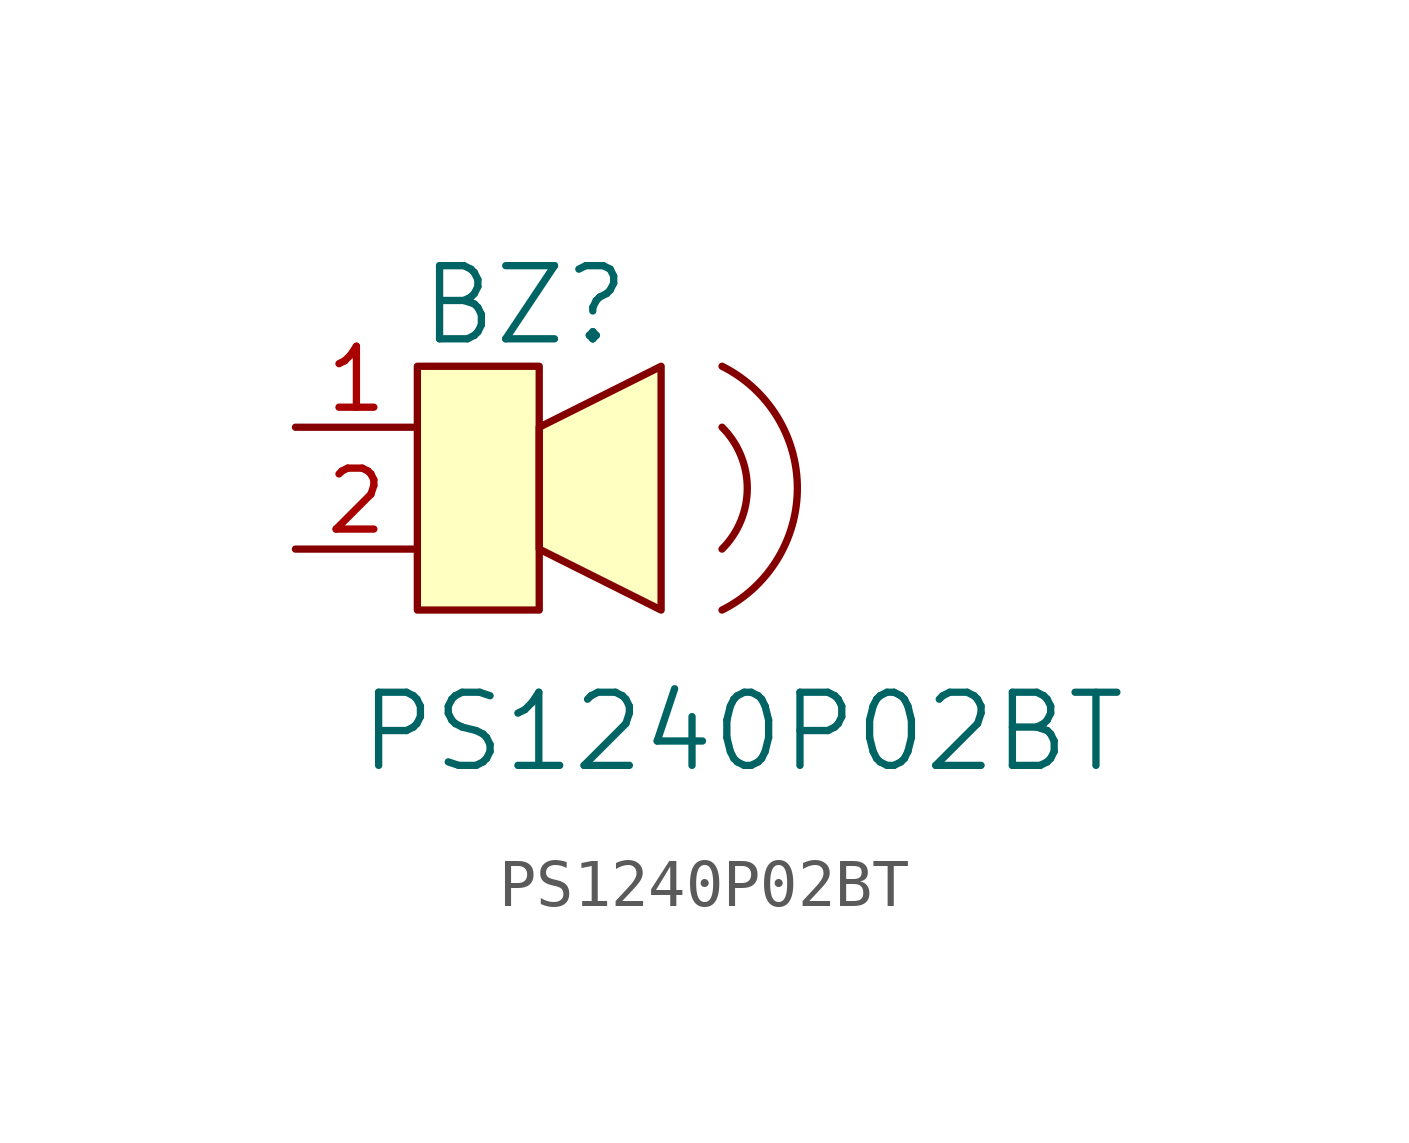
<source format=kicad_sym>
(kicad_symbol_lib
  (version 20201005)
  (generator kicad_symbol_editor)
  (symbol "PS1240P02BT"
    (pin_names
      (offset 0))
    (property "Reference" "BZ"
      (at 0 5.08 0)
      (effects (font (size 1.524 1.524)) (justify left)))
    (property "Value" "PS1240P02BT"
      (at -1.27 -3.81 0)
      (effects (font (size 1.524 1.524)) (justify left)))
    (symbol "PS1240P02BT_0_1"
      (arc (start 6.35 2.54) (end 6.35 0) (radius (at 5.08 1.27) (length 1.8034) (angles 45 -45)) (stroke (width 0)) (fill (type none)))
      (arc (start 6.35 3.81) (end 6.35 -1.27) (radius (at 5.08 1.27) (length 2.8448) (angles 63.4 -63.4)) (stroke (width 0)) (fill (type none)))
      (rectangle (start 0 3.81) (end 2.54 -1.27) (stroke (width 0)) (fill (type background)))
      (polyline (pts (xy 2.54 2.54) (xy 5.08 3.81) (xy 5.08 -1.27) (xy 2.54 0) (xy 2.54 2.54)) (stroke (width 0)) (fill (type background))))
    (symbol "PS1240P02BT_1_1"
      (pin input line (at -2.54 2.54 0) (length 2.54) (name "~" (effects (font (size 1.27 1.27)))) (number "1" (effects (font (size 1.27 1.27)))))
      (pin input line (at -2.54 0 0) (length 2.54) (name "~" (effects (font (size 1.27 1.27)))) (number "2" (effects (font (size 1.27 1.27))))))))
</source>
